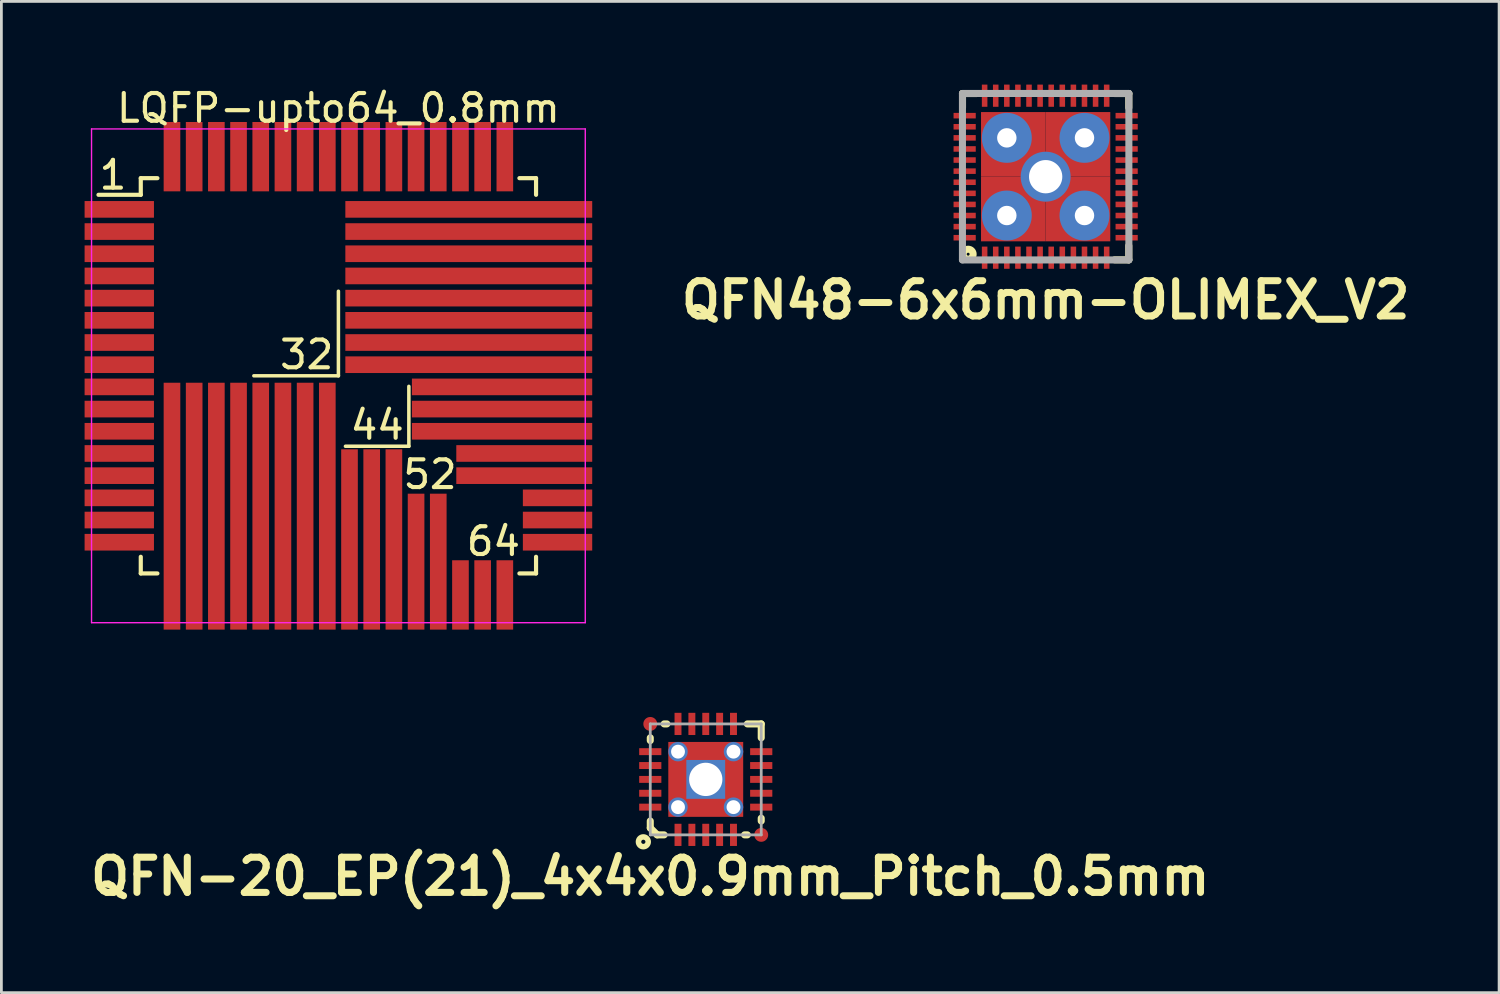
<source format=kicad_pcb>
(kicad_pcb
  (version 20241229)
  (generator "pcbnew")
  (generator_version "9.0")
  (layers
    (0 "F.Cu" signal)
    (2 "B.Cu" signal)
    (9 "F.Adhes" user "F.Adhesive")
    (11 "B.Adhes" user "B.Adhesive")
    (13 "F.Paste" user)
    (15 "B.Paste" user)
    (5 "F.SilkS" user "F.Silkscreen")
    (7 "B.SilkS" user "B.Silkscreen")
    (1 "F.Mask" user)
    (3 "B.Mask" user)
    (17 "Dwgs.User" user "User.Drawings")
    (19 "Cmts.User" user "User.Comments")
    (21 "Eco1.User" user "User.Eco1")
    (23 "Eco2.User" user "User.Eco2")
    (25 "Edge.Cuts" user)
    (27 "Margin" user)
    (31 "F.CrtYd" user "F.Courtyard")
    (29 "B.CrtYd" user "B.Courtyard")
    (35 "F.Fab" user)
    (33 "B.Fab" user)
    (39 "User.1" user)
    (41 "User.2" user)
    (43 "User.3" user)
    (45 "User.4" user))
  (footprint "QFN-20_EP(21)_4x4x0.9mm_Pitch_0.5mm"
    (layer "F.Cu")
    (at 22.393 25.048)
    (property "Reference" "QFN-20_EP(21)_4x4x0.9mm_Pitch_0.5mm" (at -2 3.5 0) (layer "F.SilkS") (effects (font (size 1.27 1.27) (thickness 0.254))))
    (attr smd)
    (fp_line (start -2 -1.5) (end -2 -1.4) (stroke (width 0.254) (type solid)) (layer "F.SilkS"))
    (fp_line (start -2 1.5) (end -2 1.75) (stroke (width 0.254) (type solid)) (layer "F.SilkS"))
    (fp_line (start -2 1.75) (end -1.75 2) (stroke (width 0.254) (type solid)) (layer "F.SilkS"))
    (fp_line (start -1.75 2) (end -1.5 2) (stroke (width 0.254) (type solid)) (layer "F.SilkS"))
    (fp_line (start -1.4 -2) (end -1.5 -2) (stroke (width 0.254) (type solid)) (layer "F.SilkS"))
    (fp_line (start 1.4 2) (end 1.5 2) (stroke (width 0.254) (type solid)) (layer "F.SilkS"))
    (fp_line (start 2 -2) (end 1.5 -2) (stroke (width 0.254) (type solid)) (layer "F.SilkS"))
    (fp_line (start 2 -1.5) (end 2 -2) (stroke (width 0.254) (type solid)) (layer "F.SilkS"))
    (fp_line (start 2 1.5) (end 2 1.4) (stroke (width 0.254) (type solid)) (layer "F.SilkS"))
    (fp_circle (center -2.25 2.25) (end -2.374 2.374) (stroke (width 0.2) (type solid)) (fill no) (layer "F.SilkS"))
    (fp_line (start -2 -2) (end 2 -2) (stroke (width 0.1) (type solid)) (layer "F.Fab"))
    (fp_line (start -2 2) (end -2 -2) (stroke (width 0.1) (type solid)) (layer "F.Fab"))
    (fp_line (start 2 -2) (end 2 2) (stroke (width 0.1) (type solid)) (layer "F.Fab"))
    (fp_line (start 2 2) (end -2 2) (stroke (width 0.1) (type solid)) (layer "F.Fab"))
    (pad "" smd rect (at -1 0) (size 0.6 1) (layers "F.Paste"))
    (pad "" smd rect (at 0 -1 90) (size 0.6 1) (layers "F.Paste"))
    (pad "" smd rect (at 0 1 90) (size 0.6 1) (layers "F.Paste"))
    (pad "" smd rect (at 1 0) (size 0.6 1) (layers "F.Paste"))
    (pad "1" smd rect (at -1 2 90) (size 0.8 0.25) (layers "F.Cu" "F.Mask" "F.Paste"))
    (pad "2" smd rect (at -0.5 2 90) (size 0.8 0.25) (layers "F.Cu" "F.Mask" "F.Paste"))
    (pad "3" smd rect (at 0 2 90) (size 0.8 0.25) (layers "F.Cu" "F.Mask" "F.Paste"))
    (pad "4" smd rect (at 0.5 2 90) (size 0.8 0.25) (layers "F.Cu" "F.Mask" "F.Paste"))
    (pad "5" smd rect (at 1 2 90) (size 0.8 0.25) (layers "F.Cu" "F.Mask" "F.Paste"))
    (pad "6" smd rect (at 2 1 180) (size 0.8 0.25) (layers "F.Cu" "F.Mask" "F.Paste"))
    (pad "7" smd rect (at 2 0.5 180) (size 0.8 0.25) (layers "F.Cu" "F.Mask" "F.Paste"))
    (pad "8" smd rect (at 2 0 180) (size 0.8 0.25) (layers "F.Cu" "F.Mask" "F.Paste"))
    (pad "9" smd rect (at 2 -0.5 180) (size 0.8 0.25) (layers "F.Cu" "F.Mask" "F.Paste"))
    (pad "10" smd rect (at 2 -1 180) (size 0.8 0.25) (layers "F.Cu" "F.Mask" "F.Paste"))
    (pad "11" smd rect (at 1 -2 270) (size 0.8 0.25) (layers "F.Cu" "F.Mask" "F.Paste"))
    (pad "12" smd rect (at 0.5 -2 270) (size 0.8 0.25) (layers "F.Cu" "F.Mask" "F.Paste"))
    (pad "13" smd rect (at 0 -2 270) (size 0.8 0.25) (layers "F.Cu" "F.Mask" "F.Paste"))
    (pad "14" smd rect (at -0.5 -2 270) (size 0.8 0.25) (layers "F.Cu" "F.Mask" "F.Paste"))
    (pad "15" smd rect (at -1 -2 270) (size 0.8 0.25) (layers "F.Cu" "F.Mask" "F.Paste"))
    (pad "16" smd rect (at -2 -1) (size 0.8 0.25) (layers "F.Cu" "F.Mask" "F.Paste"))
    (pad "17" smd rect (at -2 -0.5) (size 0.8 0.25) (layers "F.Cu" "F.Mask" "F.Paste"))
    (pad "18" smd rect (at -2 0) (size 0.8 0.25) (layers "F.Cu" "F.Mask" "F.Paste"))
    (pad "19" smd rect (at -2 0.5) (size 0.8 0.25) (layers "F.Cu" "F.Mask" "F.Paste"))
    (pad "20" smd rect (at -2 1) (size 0.8 0.25) (layers "F.Cu" "F.Mask" "F.Paste"))
    (pad "21" thru_hole circle (at -1 -1) (size 0.7 0.7) (drill 0.5) (layers "*.Cu"))
    (pad "21" thru_hole circle (at -1 1) (size 0.7 0.7) (drill 0.5) (layers "*.Cu"))
    (pad "21" thru_hole rect (at 0 0) (size 1.4 1.4) (drill 1.2) (layers "*.Cu" "*.Mask"))
    (pad "21" smd rect (at 0 0) (size 2.7 2.7) (layers "F.Cu" "F.Mask"))
    (pad "21" thru_hole circle (at 1 -1) (size 0.7 0.7) (drill 0.5) (layers "*.Cu"))
    (pad "21" thru_hole circle (at 1 1) (size 0.7 0.7) (drill 0.5) (layers "*.Cu"))
    (pad "FID1" smd circle (at 2 2) (size 0.5 0.5) (layers "F.Cu" "F.Mask"))
    (pad "FID2" smd circle (at -2 -2) (size 0.5 0.5) (layers "F.Cu" "F.Mask")))
  (footprint "QFN48-6x6mm-OLIMEX_V2"
    (layer "F.Cu")
    (at 34.647 3.32)
    (property "Reference" "QFN48-6x6mm-OLIMEX_V2" (at 0 4.445 180) (layer "F.SilkS") (effects (font (size 1.27 1.27) (thickness 0.254))))
    (attr smd)
    (fp_line (start -2.997 -2.997) (end -2.997 -2.489) (stroke (width 0.254) (type solid)) (layer "F.SilkS"))
    (fp_line (start -2.489 -2.997) (end -2.997 -2.997) (stroke (width 0.254) (type solid)) (layer "F.SilkS"))
    (fp_line (start 2.489 -2.997) (end 2.997 -2.997) (stroke (width 0.254) (type solid)) (layer "F.SilkS"))
    (fp_line (start 2.997 -2.997) (end 2.997 -2.489) (stroke (width 0.254) (type solid)) (layer "F.SilkS"))
    (fp_line (start 2.997 2.489) (end 2.997 2.997) (stroke (width 0.254) (type solid)) (layer "F.SilkS"))
    (fp_line (start 2.997 2.997) (end 2.489 2.997) (stroke (width 0.254) (type solid)) (layer "F.SilkS"))
    (fp_circle (center -2.794 2.794) (end -2.921 2.921) (stroke (width 0.254) (type solid)) (fill no) (layer "F.SilkS"))
    (fp_line (start -3 -3) (end 3 -3) (stroke (width 0.254) (type solid)) (layer "F.Fab"))
    (fp_line (start -3 3) (end -3 -3) (stroke (width 0.254) (type solid)) (layer "F.Fab"))
    (fp_line (start 3 -3) (end 3 3) (stroke (width 0.254) (type solid)) (layer "F.Fab"))
    (fp_line (start 3 3) (end -3 3) (stroke (width 0.254) (type solid)) (layer "F.Fab"))
    (pad "" smd oval (at -1.6 0 90) (size 1.8 1.4) (layers "F.Paste"))
    (pad "" smd oval (at 0 -1.6) (size 1.8 1.4) (layers "F.Paste"))
    (pad "" smd oval (at 0 1.6) (size 1.8 1.4) (layers "F.Paste"))
    (pad "" smd oval (at 1.6 0 90) (size 1.8 1.4) (layers "F.Paste"))
    (pad "1" smd rect (at -2.2 2.92) (size 0.2 0.8) (layers "F.Cu" "F.Mask" "F.Paste"))
    (pad "2" smd rect (at -1.8 2.92) (size 0.2 0.8) (layers "F.Cu" "F.Mask" "F.Paste"))
    (pad "3" smd rect (at -1.4 2.92) (size 0.2 0.8) (layers "F.Cu" "F.Mask" "F.Paste"))
    (pad "4" smd rect (at -1 2.92) (size 0.2 0.8) (layers "F.Cu" "F.Mask" "F.Paste"))
    (pad "5" smd rect (at -0.6 2.92) (size 0.2 0.8) (layers "F.Cu" "F.Mask" "F.Paste"))
    (pad "6" smd rect (at -0.2 2.92) (size 0.2 0.8) (layers "F.Cu" "F.Mask" "F.Paste"))
    (pad "7" smd rect (at 0.2 2.92) (size 0.2 0.8) (layers "F.Cu" "F.Mask" "F.Paste"))
    (pad "8" smd rect (at 0.6 2.92) (size 0.2 0.8) (layers "F.Cu" "F.Mask" "F.Paste"))
    (pad "9" smd rect (at 1 2.92) (size 0.2 0.8) (layers "F.Cu" "F.Mask" "F.Paste"))
    (pad "10" smd rect (at 1.4 2.92) (size 0.2 0.8) (layers "F.Cu" "F.Mask" "F.Paste"))
    (pad "11" smd rect (at 1.8 2.92) (size 0.2 0.8) (layers "F.Cu" "F.Mask" "F.Paste"))
    (pad "12" smd rect (at 2.2 2.92) (size 0.2 0.8) (layers "F.Cu" "F.Mask" "F.Paste"))
    (pad "13" smd rect (at 2.92 2.2 90) (size 0.2 0.8) (layers "F.Cu" "F.Mask" "F.Paste"))
    (pad "14" smd rect (at 2.92 1.8 90) (size 0.2 0.8) (layers "F.Cu" "F.Mask" "F.Paste"))
    (pad "15" smd rect (at 2.92 1.4 90) (size 0.2 0.8) (layers "F.Cu" "F.Mask" "F.Paste"))
    (pad "16" smd rect (at 2.92 1 90) (size 0.2 0.8) (layers "F.Cu" "F.Mask" "F.Paste"))
    (pad "17" smd rect (at 2.92 0.6 90) (size 0.2 0.8) (layers "F.Cu" "F.Mask" "F.Paste"))
    (pad "18" smd rect (at 2.92 0.2 90) (size 0.2 0.8) (layers "F.Cu" "F.Mask" "F.Paste"))
    (pad "19" smd rect (at 2.92 -0.2 90) (size 0.2 0.8) (layers "F.Cu" "F.Mask" "F.Paste"))
    (pad "20" smd rect (at 2.92 -0.6 90) (size 0.2 0.8) (layers "F.Cu" "F.Mask" "F.Paste"))
    (pad "21" smd rect (at 2.92 -1 90) (size 0.2 0.8) (layers "F.Cu" "F.Mask" "F.Paste"))
    (pad "22" smd rect (at 2.92 -1.4 90) (size 0.2 0.8) (layers "F.Cu" "F.Mask" "F.Paste"))
    (pad "23" smd rect (at 2.92 -1.8 90) (size 0.2 0.8) (layers "F.Cu" "F.Mask" "F.Paste"))
    (pad "24" smd rect (at 2.92 -2.2 90) (size 0.2 0.8) (layers "F.Cu" "F.Mask" "F.Paste"))
    (pad "25" smd rect (at 2.2 -2.92 180) (size 0.2 0.8) (layers "F.Cu" "F.Mask" "F.Paste"))
    (pad "26" smd rect (at 1.8 -2.92 180) (size 0.2 0.8) (layers "F.Cu" "F.Mask" "F.Paste"))
    (pad "27" smd rect (at 1.4 -2.92 180) (size 0.2 0.8) (layers "F.Cu" "F.Mask" "F.Paste"))
    (pad "28" smd rect (at 1 -2.92 180) (size 0.2 0.8) (layers "F.Cu" "F.Mask" "F.Paste"))
    (pad "29" smd rect (at 0.6 -2.92 180) (size 0.2 0.8) (layers "F.Cu" "F.Mask" "F.Paste"))
    (pad "30" smd rect (at 0.2 -2.92 180) (size 0.2 0.8) (layers "F.Cu" "F.Mask" "F.Paste"))
    (pad "31" smd rect (at -0.2 -2.92 180) (size 0.2 0.8) (layers "F.Cu" "F.Mask" "F.Paste"))
    (pad "32" smd rect (at -0.6 -2.92 180) (size 0.2 0.8) (layers "F.Cu" "F.Mask" "F.Paste"))
    (pad "33" smd rect (at -1 -2.92 180) (size 0.2 0.8) (layers "F.Cu" "F.Mask" "F.Paste"))
    (pad "34" smd rect (at -1.4 -2.92 180) (size 0.2 0.8) (layers "F.Cu" "F.Mask" "F.Paste"))
    (pad "35" smd rect (at -1.8 -2.92 180) (size 0.2 0.8) (layers "F.Cu" "F.Mask" "F.Paste"))
    (pad "36" smd rect (at -2.2 -2.92 180) (size 0.2 0.8) (layers "F.Cu" "F.Mask" "F.Paste"))
    (pad "37" smd rect (at -2.92 -2.2 270) (size 0.2 0.8) (layers "F.Cu" "F.Mask" "F.Paste"))
    (pad "38" smd rect (at -2.92 -1.8 270) (size 0.2 0.8) (layers "F.Cu" "F.Mask" "F.Paste"))
    (pad "39" smd rect (at -2.92 -1.4 270) (size 0.2 0.8) (layers "F.Cu" "F.Mask" "F.Paste"))
    (pad "40" smd rect (at -2.92 -1 270) (size 0.2 0.8) (layers "F.Cu" "F.Mask" "F.Paste"))
    (pad "41" smd rect (at -2.92 -0.6 270) (size 0.2 0.8) (layers "F.Cu" "F.Mask" "F.Paste"))
    (pad "42" smd rect (at -2.92 -0.2 270) (size 0.2 0.8) (layers "F.Cu" "F.Mask" "F.Paste"))
    (pad "43" smd rect (at -2.92 0.2 270) (size 0.2 0.8) (layers "F.Cu" "F.Mask" "F.Paste"))
    (pad "44" smd rect (at -2.92 0.6 270) (size 0.2 0.8) (layers "F.Cu" "F.Mask" "F.Paste"))
    (pad "45" smd rect (at -2.92 1 270) (size 0.2 0.8) (layers "F.Cu" "F.Mask" "F.Paste"))
    (pad "46" smd rect (at -2.92 1.4 270) (size 0.2 0.8) (layers "F.Cu" "F.Mask" "F.Paste"))
    (pad "47" smd rect (at -2.92 1.8 270) (size 0.2 0.8) (layers "F.Cu" "F.Mask" "F.Paste"))
    (pad "48" smd rect (at -2.92 2.2 270) (size 0.2 0.8) (layers "F.Cu" "F.Mask" "F.Paste"))
    (pad "49" thru_hole oval (at -1.4 -1.4) (size 1.8 1.8) (drill 0.7) (layers "*.Cu"))
    (pad "49" thru_hole oval (at -1.4 1.4) (size 1.8 1.8) (drill 0.7) (layers "*.Cu"))
    (pad "49" smd rect (at -1.165 -1.165) (size 2.33 2.33) (layers "F.Cu" "F.Mask"))
    (pad "49" smd rect (at -1.165 1.165) (size 2.33 2.33) (layers "F.Cu" "F.Mask"))
    (pad "49" thru_hole oval (at 0 0) (size 1.8 1.8) (drill 1.2) (layers "*.Cu" "B.Mask"))
    (pad "49" smd rect (at 1.165 -1.165) (size 2.33 2.33) (layers "F.Cu" "F.Mask"))
    (pad "49" smd rect (at 1.165 1.165) (size 2.33 2.33) (layers "F.Cu" "F.Mask"))
    (pad "49" thru_hole oval (at 1.4 -1.4) (size 1.8 1.8) (drill 0.7) (layers "*.Cu"))
    (pad "49" thru_hole oval (at 1.4 1.4) (size 1.8 1.8) (drill 0.7) (layers "*.Cu")))
  (footprint "LQFP-upto64_0.8mm"
    (layer "F.Cu")
    (at 9.15 10.498)
    (property "Reference" "LQFP-upto64_0.8mm" (at 0 -9.65 0) (layer "F.SilkS") (effects (font (size 1 1) (thickness 0.15))))
    (attr smd)
    (fp_line (start -7.125 -7.125) (end -7.125 -6.525) (stroke (width 0.15) (type solid)) (layer "F.SilkS"))
    (fp_line (start -7.125 -7.125) (end -6.525 -7.125) (stroke (width 0.15) (type solid)) (layer "F.SilkS"))
    (fp_line (start -7.125 -6.525) (end -8.65 -6.525) (stroke (width 0.15) (type solid)) (layer "F.SilkS"))
    (fp_line (start -7.125 7.125) (end -7.125 6.525) (stroke (width 0.15) (type solid)) (layer "F.SilkS"))
    (fp_line (start -7.125 7.125) (end -6.525 7.125) (stroke (width 0.15) (type solid)) (layer "F.SilkS"))
    (fp_line (start 0 -3.048) (end 0 0) (stroke (width 0.127) (type solid)) (layer "F.SilkS"))
    (fp_line (start 0 0) (end -3.048 0) (stroke (width 0.127) (type solid)) (layer "F.SilkS"))
    (fp_line (start 2.54 0.381) (end 2.54 2.54) (stroke (width 0.127) (type solid)) (layer "F.SilkS"))
    (fp_line (start 2.54 2.54) (end 0.254 2.54) (stroke (width 0.127) (type solid)) (layer "F.SilkS"))
    (fp_line (start 7.125 -7.125) (end 6.525 -7.125) (stroke (width 0.15) (type solid)) (layer "F.SilkS"))
    (fp_line (start 7.125 -7.125) (end 7.125 -6.525) (stroke (width 0.15) (type solid)) (layer "F.SilkS"))
    (fp_line (start 7.125 7.125) (end 6.525 7.125) (stroke (width 0.15) (type solid)) (layer "F.SilkS"))
    (fp_line (start 7.125 7.125) (end 7.125 6.525) (stroke (width 0.15) (type solid)) (layer "F.SilkS"))
    (fp_line (start -8.9 -8.9) (end -8.9 8.9) (stroke (width 0.05) (type solid)) (layer "F.CrtYd"))
    (fp_line (start -8.9 -8.9) (end 8.9 -8.9) (stroke (width 0.05) (type solid)) (layer "F.CrtYd"))
    (fp_line (start -8.9 8.9) (end 8.9 8.9) (stroke (width 0.05) (type solid)) (layer "F.CrtYd"))
    (fp_line (start 8.9 -8.9) (end 8.9 8.9) (stroke (width 0.05) (type solid)) (layer "F.CrtYd"))
    (fp_text user "64" (at 5.588 5.969 0) (layer "F.SilkS") (effects (font (size 1 1) (thickness 0.15))))
    (fp_text user "1" (at -8.128 -7.239 0) (layer "F.SilkS") (effects (font (size 1 1) (thickness 0.15))))
    (fp_text user "32" (at -1.143 -0.762 0) (layer "F.SilkS") (effects (font (size 1 1) (thickness 0.15))))
    (fp_text user "44" (at 1.397 1.778 0) (layer "F.SilkS") (effects (font (size 1 1) (thickness 0.15))))
    (fp_text user "52" (at 3.302 3.556 0) (layer "F.SilkS") (effects (font (size 1 1) (thickness 0.15))))
    (pad "1" smd rect (at -7.9 -6) (size 2.5 0.6) (layers "F.Cu" "F.Mask" "F.Paste"))
    (pad "2" smd rect (at -7.9 -5.2) (size 2.5 0.6) (layers "F.Cu" "F.Mask" "F.Paste"))
    (pad "3" smd rect (at -7.9 -4.4) (size 2.5 0.6) (layers "F.Cu" "F.Mask" "F.Paste"))
    (pad "4" smd rect (at -7.9 -3.6) (size 2.5 0.6) (layers "F.Cu" "F.Mask" "F.Paste"))
    (pad "5" smd rect (at -7.9 -2.8) (size 2.5 0.6) (layers "F.Cu" "F.Mask" "F.Paste"))
    (pad "6" smd rect (at -7.9 -2) (size 2.5 0.6) (layers "F.Cu" "F.Mask" "F.Paste"))
    (pad "7" smd rect (at -7.9 -1.2) (size 2.5 0.6) (layers "F.Cu" "F.Mask" "F.Paste"))
    (pad "8" smd rect (at -7.9 -0.4) (size 2.5 0.6) (layers "F.Cu" "F.Mask" "F.Paste"))
    (pad "9" smd rect (at -7.9 0.4) (size 2.5 0.6) (layers "F.Cu" "F.Mask" "F.Paste"))
    (pad "10" smd rect (at -7.9 1.2) (size 2.5 0.6) (layers "F.Cu" "F.Mask" "F.Paste"))
    (pad "11" smd rect (at -7.9 2) (size 2.5 0.6) (layers "F.Cu" "F.Mask" "F.Paste"))
    (pad "12" smd rect (at -7.9 2.8) (size 2.5 0.6) (layers "F.Cu" "F.Mask" "F.Paste"))
    (pad "13" smd rect (at -7.9 3.6) (size 2.5 0.6) (layers "F.Cu" "F.Mask" "F.Paste"))
    (pad "14" smd rect (at -7.9 4.4) (size 2.5 0.6) (layers "F.Cu" "F.Mask" "F.Paste"))
    (pad "15" smd rect (at -7.9 5.2) (size 2.5 0.6) (layers "F.Cu" "F.Mask" "F.Paste"))
    (pad "16" smd rect (at -7.9 6) (size 2.5 0.6) (layers "F.Cu" "F.Mask" "F.Paste"))
    (pad "17" smd rect (at -6 4.7 90) (size 8.9 0.6) (layers "F.Cu" "F.Mask" "F.Paste"))
    (pad "18" smd rect (at -5.2 4.7 90) (size 8.9 0.6) (layers "F.Cu" "F.Mask" "F.Paste"))
    (pad "19" smd rect (at -4.4 4.7 90) (size 8.9 0.6) (layers "F.Cu" "F.Mask" "F.Paste"))
    (pad "20" smd rect (at -3.6 4.7 90) (size 8.9 0.6) (layers "F.Cu" "F.Mask" "F.Paste"))
    (pad "21" smd rect (at -2.8 4.7 90) (size 8.9 0.6) (layers "F.Cu" "F.Mask" "F.Paste"))
    (pad "22" smd rect (at -2 4.7 90) (size 8.9 0.6) (layers "F.Cu" "F.Mask" "F.Paste"))
    (pad "23" smd rect (at -1.2 4.7 90) (size 8.9 0.6) (layers "F.Cu" "F.Mask" "F.Paste"))
    (pad "24" smd rect (at -0.4 4.7 90) (size 8.9 0.6) (layers "F.Cu" "F.Mask" "F.Paste"))
    (pad "25" smd rect (at 0.4 5.9 90) (size 6.5 0.6) (layers "F.Cu" "F.Mask" "F.Paste"))
    (pad "26" smd rect (at 1.2 5.9 90) (size 6.5 0.6) (layers "F.Cu" "F.Mask" "F.Paste"))
    (pad "27" smd rect (at 2 5.9 90) (size 6.5 0.6) (layers "F.Cu" "F.Mask" "F.Paste"))
    (pad "28" smd rect (at 2.8 6.7 90) (size 4.9 0.6) (layers "F.Cu" "F.Mask" "F.Paste"))
    (pad "29" smd rect (at 3.6 6.7 90) (size 4.9 0.6) (layers "F.Cu" "F.Mask" "F.Paste"))
    (pad "30" smd rect (at 4.4 7.9 90) (size 2.5 0.6) (layers "F.Cu" "F.Mask" "F.Paste"))
    (pad "31" smd rect (at 5.2 7.9 90) (size 2.5 0.6) (layers "F.Cu" "F.Mask" "F.Paste"))
    (pad "32" smd rect (at 6 7.9 90) (size 2.5 0.6) (layers "F.Cu" "F.Mask" "F.Paste"))
    (pad "33" smd rect (at 7.9 6) (size 2.5 0.6) (layers "F.Cu" "F.Mask" "F.Paste"))
    (pad "34" smd rect (at 7.9 5.2) (size 2.5 0.6) (layers "F.Cu" "F.Mask" "F.Paste"))
    (pad "35" smd rect (at 7.9 4.4) (size 2.5 0.6) (layers "F.Cu" "F.Mask" "F.Paste"))
    (pad "36" smd rect (at 6.7 3.6) (size 4.9 0.6) (layers "F.Cu" "F.Mask" "F.Paste"))
    (pad "37" smd rect (at 6.7 2.8) (size 4.9 0.6) (layers "F.Cu" "F.Mask" "F.Paste"))
    (pad "38" smd rect (at 5.9 2) (size 6.5 0.6) (layers "F.Cu" "F.Mask" "F.Paste"))
    (pad "39" smd rect (at 5.9 1.2) (size 6.5 0.6) (layers "F.Cu" "F.Mask" "F.Paste"))
    (pad "40" smd rect (at 5.9 0.4) (size 6.5 0.6) (layers "F.Cu" "F.Mask" "F.Paste"))
    (pad "41" smd rect (at 4.7 -0.4) (size 8.9 0.6) (layers "F.Cu" "F.Mask" "F.Paste"))
    (pad "42" smd rect (at 4.7 -1.2) (size 8.9 0.6) (layers "F.Cu" "F.Mask" "F.Paste"))
    (pad "43" smd rect (at 4.7 -2) (size 8.9 0.6) (layers "F.Cu" "F.Mask" "F.Paste"))
    (pad "44" smd rect (at 4.7 -2.8) (size 8.9 0.6) (layers "F.Cu" "F.Mask" "F.Paste"))
    (pad "45" smd rect (at 4.7 -3.6) (size 8.9 0.6) (layers "F.Cu" "F.Mask" "F.Paste"))
    (pad "46" smd rect (at 4.7 -4.4) (size 8.9 0.6) (layers "F.Cu" "F.Mask" "F.Paste"))
    (pad "47" smd rect (at 4.7 -5.2) (size 8.9 0.6) (layers "F.Cu" "F.Mask" "F.Paste"))
    (pad "48" smd rect (at 4.7 -6) (size 8.9 0.6) (layers "F.Cu" "F.Mask" "F.Paste"))
    (pad "49" smd rect (at 6 -7.9 90) (size 2.5 0.6) (layers "F.Cu" "F.Mask" "F.Paste"))
    (pad "50" smd rect (at 5.2 -7.9 90) (size 2.5 0.6) (layers "F.Cu" "F.Mask" "F.Paste"))
    (pad "51" smd rect (at 4.4 -7.9 90) (size 2.5 0.6) (layers "F.Cu" "F.Mask" "F.Paste"))
    (pad "52" smd rect (at 3.6 -7.9 90) (size 2.5 0.6) (layers "F.Cu" "F.Mask" "F.Paste"))
    (pad "53" smd rect (at 2.8 -7.9 90) (size 2.5 0.6) (layers "F.Cu" "F.Mask" "F.Paste"))
    (pad "54" smd rect (at 2 -7.9 90) (size 2.5 0.6) (layers "F.Cu" "F.Mask" "F.Paste"))
    (pad "55" smd rect (at 1.2 -7.9 90) (size 2.5 0.6) (layers "F.Cu" "F.Mask" "F.Paste"))
    (pad "56" smd rect (at 0.4 -7.9 90) (size 2.5 0.6) (layers "F.Cu" "F.Mask" "F.Paste"))
    (pad "57" smd rect (at -0.4 -7.9 90) (size 2.5 0.6) (layers "F.Cu" "F.Mask" "F.Paste"))
    (pad "58" smd rect (at -1.2 -7.9 90) (size 2.5 0.6) (layers "F.Cu" "F.Mask" "F.Paste"))
    (pad "59" smd rect (at -2 -7.9 90) (size 2.5 0.6) (layers "F.Cu" "F.Mask" "F.Paste"))
    (pad "60" smd rect (at -2.8 -7.9 90) (size 2.5 0.6) (layers "F.Cu" "F.Mask" "F.Paste"))
    (pad "61" smd rect (at -3.6 -7.9 90) (size 2.5 0.6) (layers "F.Cu" "F.Mask" "F.Paste"))
    (pad "62" smd rect (at -4.4 -7.9 90) (size 2.5 0.6) (layers "F.Cu" "F.Mask" "F.Paste"))
    (pad "63" smd rect (at -5.2 -7.9 90) (size 2.5 0.6) (layers "F.Cu" "F.Mask" "F.Paste"))
    (pad "64" smd rect (at -6 -7.9 90) (size 2.5 0.6) (layers "F.Cu" "F.Mask" "F.Paste")))
  (gr_rect
    (start -3 -3)
    (end 50.994 32.737)
    (stroke (width 0.1) (type default))
    (fill no)
    (layer "Edge.Cuts")))
</source>
